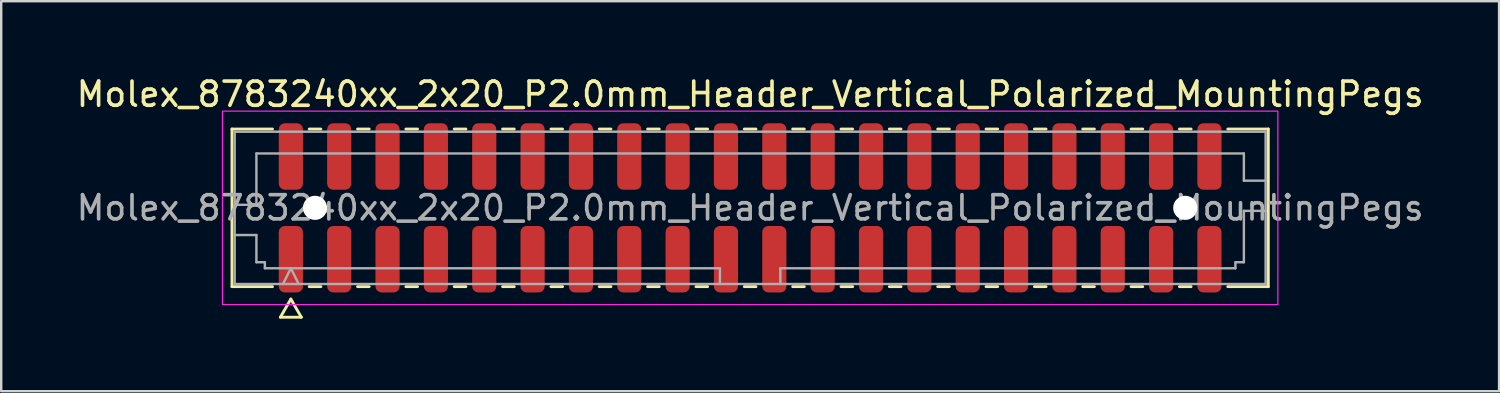
<source format=kicad_pcb>
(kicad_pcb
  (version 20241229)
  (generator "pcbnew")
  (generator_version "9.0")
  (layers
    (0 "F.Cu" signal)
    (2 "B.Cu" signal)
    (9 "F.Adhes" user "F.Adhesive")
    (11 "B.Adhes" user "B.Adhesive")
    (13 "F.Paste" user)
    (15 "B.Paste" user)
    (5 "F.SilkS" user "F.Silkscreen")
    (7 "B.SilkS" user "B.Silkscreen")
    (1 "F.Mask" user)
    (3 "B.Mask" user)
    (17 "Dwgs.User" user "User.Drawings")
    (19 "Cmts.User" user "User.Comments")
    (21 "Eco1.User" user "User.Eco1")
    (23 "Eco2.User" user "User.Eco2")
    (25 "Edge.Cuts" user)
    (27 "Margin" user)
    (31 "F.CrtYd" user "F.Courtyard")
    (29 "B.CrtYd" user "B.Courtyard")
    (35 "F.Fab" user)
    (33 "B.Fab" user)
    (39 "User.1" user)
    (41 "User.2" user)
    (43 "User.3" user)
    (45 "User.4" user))
  (footprint "Molex_8783240xx_2x20_P2.0mm_Header_Vertical_Polarized_MountingPegs"
    (layer "F.Cu")
    (at 27.982 5.548)
    (property "Reference" "Molex_8783240xx_2x20_P2.0mm_Header_Vertical_Polarized_MountingPegs" (at 0 -4.7 0) (layer "F.SilkS") (effects (font (size 1 1) (thickness 0.15))))
    (attr smd)
    (fp_line (start -21.435 -3.26) (end -19.76 -3.26) (stroke (width 0.12) (type solid)) (layer "F.SilkS"))
    (fp_line (start -21.435 3.26) (end -21.435 -3.26) (stroke (width 0.12) (type solid)) (layer "F.SilkS"))
    (fp_line (start -19.76 3.26) (end -21.435 3.26) (stroke (width 0.12) (type solid)) (layer "F.SilkS"))
    (fp_line (start -19.433 4.525) (end -19 3.775) (stroke (width 0.12) (type solid)) (layer "F.SilkS"))
    (fp_line (start -19 3.775) (end -18.567 4.525) (stroke (width 0.12) (type solid)) (layer "F.SilkS"))
    (fp_line (start -18.567 4.525) (end -19.433 4.525) (stroke (width 0.12) (type solid)) (layer "F.SilkS"))
    (fp_line (start -18.24 -3.26) (end -17.76 -3.26) (stroke (width 0.12) (type solid)) (layer "F.SilkS"))
    (fp_line (start -17.76 3.26) (end -18.24 3.26) (stroke (width 0.12) (type solid)) (layer "F.SilkS"))
    (fp_line (start -16.24 -3.26) (end -15.76 -3.26) (stroke (width 0.12) (type solid)) (layer "F.SilkS"))
    (fp_line (start -15.76 3.26) (end -16.24 3.26) (stroke (width 0.12) (type solid)) (layer "F.SilkS"))
    (fp_line (start -14.24 -3.26) (end -13.76 -3.26) (stroke (width 0.12) (type solid)) (layer "F.SilkS"))
    (fp_line (start -13.76 3.26) (end -14.24 3.26) (stroke (width 0.12) (type solid)) (layer "F.SilkS"))
    (fp_line (start -12.24 -3.26) (end -11.76 -3.26) (stroke (width 0.12) (type solid)) (layer "F.SilkS"))
    (fp_line (start -11.76 3.26) (end -12.24 3.26) (stroke (width 0.12) (type solid)) (layer "F.SilkS"))
    (fp_line (start -10.24 -3.26) (end -9.76 -3.26) (stroke (width 0.12) (type solid)) (layer "F.SilkS"))
    (fp_line (start -9.76 3.26) (end -10.24 3.26) (stroke (width 0.12) (type solid)) (layer "F.SilkS"))
    (fp_line (start -8.24 -3.26) (end -7.76 -3.26) (stroke (width 0.12) (type solid)) (layer "F.SilkS"))
    (fp_line (start -7.76 3.26) (end -8.24 3.26) (stroke (width 0.12) (type solid)) (layer "F.SilkS"))
    (fp_line (start -6.24 -3.26) (end -5.76 -3.26) (stroke (width 0.12) (type solid)) (layer "F.SilkS"))
    (fp_line (start -5.76 3.26) (end -6.24 3.26) (stroke (width 0.12) (type solid)) (layer "F.SilkS"))
    (fp_line (start -4.24 -3.26) (end -3.76 -3.26) (stroke (width 0.12) (type solid)) (layer "F.SilkS"))
    (fp_line (start -3.76 3.26) (end -4.24 3.26) (stroke (width 0.12) (type solid)) (layer "F.SilkS"))
    (fp_line (start -2.24 -3.26) (end -1.76 -3.26) (stroke (width 0.12) (type solid)) (layer "F.SilkS"))
    (fp_line (start -1.76 3.26) (end -2.24 3.26) (stroke (width 0.12) (type solid)) (layer "F.SilkS"))
    (fp_line (start -0.24 -3.26) (end 0.24 -3.26) (stroke (width 0.12) (type solid)) (layer "F.SilkS"))
    (fp_line (start 0.24 3.26) (end -0.24 3.26) (stroke (width 0.12) (type solid)) (layer "F.SilkS"))
    (fp_line (start 1.76 -3.26) (end 2.24 -3.26) (stroke (width 0.12) (type solid)) (layer "F.SilkS"))
    (fp_line (start 2.24 3.26) (end 1.76 3.26) (stroke (width 0.12) (type solid)) (layer "F.SilkS"))
    (fp_line (start 3.76 -3.26) (end 4.24 -3.26) (stroke (width 0.12) (type solid)) (layer "F.SilkS"))
    (fp_line (start 4.24 3.26) (end 3.76 3.26) (stroke (width 0.12) (type solid)) (layer "F.SilkS"))
    (fp_line (start 5.76 -3.26) (end 6.24 -3.26) (stroke (width 0.12) (type solid)) (layer "F.SilkS"))
    (fp_line (start 6.24 3.26) (end 5.76 3.26) (stroke (width 0.12) (type solid)) (layer "F.SilkS"))
    (fp_line (start 7.76 -3.26) (end 8.24 -3.26) (stroke (width 0.12) (type solid)) (layer "F.SilkS"))
    (fp_line (start 8.24 3.26) (end 7.76 3.26) (stroke (width 0.12) (type solid)) (layer "F.SilkS"))
    (fp_line (start 9.76 -3.26) (end 10.24 -3.26) (stroke (width 0.12) (type solid)) (layer "F.SilkS"))
    (fp_line (start 10.24 3.26) (end 9.76 3.26) (stroke (width 0.12) (type solid)) (layer "F.SilkS"))
    (fp_line (start 11.76 -3.26) (end 12.24 -3.26) (stroke (width 0.12) (type solid)) (layer "F.SilkS"))
    (fp_line (start 12.24 3.26) (end 11.76 3.26) (stroke (width 0.12) (type solid)) (layer "F.SilkS"))
    (fp_line (start 13.76 -3.26) (end 14.24 -3.26) (stroke (width 0.12) (type solid)) (layer "F.SilkS"))
    (fp_line (start 14.24 3.26) (end 13.76 3.26) (stroke (width 0.12) (type solid)) (layer "F.SilkS"))
    (fp_line (start 15.76 -3.26) (end 16.24 -3.26) (stroke (width 0.12) (type solid)) (layer "F.SilkS"))
    (fp_line (start 16.24 3.26) (end 15.76 3.26) (stroke (width 0.12) (type solid)) (layer "F.SilkS"))
    (fp_line (start 17.76 -3.26) (end 18.24 -3.26) (stroke (width 0.12) (type solid)) (layer "F.SilkS"))
    (fp_line (start 18.24 3.26) (end 17.76 3.26) (stroke (width 0.12) (type solid)) (layer "F.SilkS"))
    (fp_line (start 19.76 -3.26) (end 21.435 -3.26) (stroke (width 0.12) (type solid)) (layer "F.SilkS"))
    (fp_line (start 21.435 -3.26) (end 21.435 3.26) (stroke (width 0.12) (type solid)) (layer "F.SilkS"))
    (fp_line (start 21.435 3.26) (end 19.76 3.26) (stroke (width 0.12) (type solid)) (layer "F.SilkS"))
    (fp_rect (start -21.83 -4) (end 21.83 4) (stroke (width 0.05) (type solid)) (fill no) (layer "F.CrtYd"))
    (fp_line (start -21.325 -3.15) (end 21.325 -3.15) (stroke (width 0.1) (type solid)) (layer "F.Fab"))
    (fp_line (start -21.325 -0.125) (end -20.425 -0.125) (stroke (width 0.1) (type solid)) (layer "F.Fab"))
    (fp_line (start -21.325 1.125) (end -20.425 1.125) (stroke (width 0.1) (type solid)) (layer "F.Fab"))
    (fp_line (start -21.325 3.15) (end -21.325 -3.15) (stroke (width 0.1) (type solid)) (layer "F.Fab"))
    (fp_line (start -20.425 -2.25) (end 20.425 -2.25) (stroke (width 0.1) (type solid)) (layer "F.Fab"))
    (fp_line (start -20.425 -0.125) (end -20.425 -2.25) (stroke (width 0.1) (type solid)) (layer "F.Fab"))
    (fp_line (start -20.425 1.125) (end -20.425 2.25) (stroke (width 0.1) (type solid)) (layer "F.Fab"))
    (fp_line (start -20.425 2.25) (end -20.075 2.25) (stroke (width 0.1) (type solid)) (layer "F.Fab"))
    (fp_line (start -20.075 2.25) (end -20.075 2.5) (stroke (width 0.1) (type solid)) (layer "F.Fab"))
    (fp_line (start -20.075 2.5) (end -1.25 2.5) (stroke (width 0.1) (type solid)) (layer "F.Fab"))
    (fp_line (start -19.325 3.15) (end -19 2.5) (stroke (width 0.1) (type solid)) (layer "F.Fab"))
    (fp_line (start -19 2.5) (end -18.675 3.15) (stroke (width 0.1) (type solid)) (layer "F.Fab"))
    (fp_line (start -1.25 2.5) (end -1.25 3.15) (stroke (width 0.1) (type solid)) (layer "F.Fab"))
    (fp_line (start 1.25 2.5) (end 1.25 3.15) (stroke (width 0.1) (type solid)) (layer "F.Fab"))
    (fp_line (start 1.25 2.5) (end 20.075 2.5) (stroke (width 0.1) (type solid)) (layer "F.Fab"))
    (fp_line (start 20.075 2.25) (end 20.425 2.25) (stroke (width 0.1) (type solid)) (layer "F.Fab"))
    (fp_line (start 20.075 2.5) (end 20.075 2.25) (stroke (width 0.1) (type solid)) (layer "F.Fab"))
    (fp_line (start 20.425 -2.25) (end 20.425 -1.125) (stroke (width 0.1) (type solid)) (layer "F.Fab"))
    (fp_line (start 20.425 -1.125) (end 21.325 -1.125) (stroke (width 0.1) (type solid)) (layer "F.Fab"))
    (fp_line (start 20.425 0.125) (end 21.325 0.125) (stroke (width 0.1) (type solid)) (layer "F.Fab"))
    (fp_line (start 20.425 2.25) (end 20.425 0.125) (stroke (width 0.1) (type solid)) (layer "F.Fab"))
    (fp_line (start 21.325 -3.15) (end 21.325 3.15) (stroke (width 0.1) (type solid)) (layer "F.Fab"))
    (fp_line (start 21.325 3.15) (end -21.325 3.15) (stroke (width 0.1) (type solid)) (layer "F.Fab"))
    (fp_text user "${REFERENCE}" (at 0 0 0) (layer "F.Fab") (effects (font (size 1 1) (thickness 0.15))))
    (pad "" np_thru_hole circle (at -18 0) (size 1 1) (drill 1) (layers "*.Cu" "*.Mask"))
    (pad "" np_thru_hole circle (at 18 0) (size 1 1) (drill 1) (layers "*.Cu" "*.Mask"))
    (pad "1" smd roundrect (at -19 2.125) (size 1 2.75) (layers "F.Cu" "F.Mask" "F.Paste") (roundrect_rratio 0.25))
    (pad "2" smd roundrect (at -19 -2.125) (size 1 2.75) (layers "F.Cu" "F.Mask" "F.Paste") (roundrect_rratio 0.25))
    (pad "3" smd roundrect (at -17 2.125) (size 1 2.75) (layers "F.Cu" "F.Mask" "F.Paste") (roundrect_rratio 0.25))
    (pad "4" smd roundrect (at -17 -2.125) (size 1 2.75) (layers "F.Cu" "F.Mask" "F.Paste") (roundrect_rratio 0.25))
    (pad "5" smd roundrect (at -15 2.125) (size 1 2.75) (layers "F.Cu" "F.Mask" "F.Paste") (roundrect_rratio 0.25))
    (pad "6" smd roundrect (at -15 -2.125) (size 1 2.75) (layers "F.Cu" "F.Mask" "F.Paste") (roundrect_rratio 0.25))
    (pad "7" smd roundrect (at -13 2.125) (size 1 2.75) (layers "F.Cu" "F.Mask" "F.Paste") (roundrect_rratio 0.25))
    (pad "8" smd roundrect (at -13 -2.125) (size 1 2.75) (layers "F.Cu" "F.Mask" "F.Paste") (roundrect_rratio 0.25))
    (pad "9" smd roundrect (at -11 2.125) (size 1 2.75) (layers "F.Cu" "F.Mask" "F.Paste") (roundrect_rratio 0.25))
    (pad "10" smd roundrect (at -11 -2.125) (size 1 2.75) (layers "F.Cu" "F.Mask" "F.Paste") (roundrect_rratio 0.25))
    (pad "11" smd roundrect (at -9 2.125) (size 1 2.75) (layers "F.Cu" "F.Mask" "F.Paste") (roundrect_rratio 0.25))
    (pad "12" smd roundrect (at -9 -2.125) (size 1 2.75) (layers "F.Cu" "F.Mask" "F.Paste") (roundrect_rratio 0.25))
    (pad "13" smd roundrect (at -7 2.125) (size 1 2.75) (layers "F.Cu" "F.Mask" "F.Paste") (roundrect_rratio 0.25))
    (pad "14" smd roundrect (at -7 -2.125) (size 1 2.75) (layers "F.Cu" "F.Mask" "F.Paste") (roundrect_rratio 0.25))
    (pad "15" smd roundrect (at -5 2.125) (size 1 2.75) (layers "F.Cu" "F.Mask" "F.Paste") (roundrect_rratio 0.25))
    (pad "16" smd roundrect (at -5 -2.125) (size 1 2.75) (layers "F.Cu" "F.Mask" "F.Paste") (roundrect_rratio 0.25))
    (pad "17" smd roundrect (at -3 2.125) (size 1 2.75) (layers "F.Cu" "F.Mask" "F.Paste") (roundrect_rratio 0.25))
    (pad "18" smd roundrect (at -3 -2.125) (size 1 2.75) (layers "F.Cu" "F.Mask" "F.Paste") (roundrect_rratio 0.25))
    (pad "19" smd roundrect (at -1 2.125) (size 1 2.75) (layers "F.Cu" "F.Mask" "F.Paste") (roundrect_rratio 0.25))
    (pad "20" smd roundrect (at -1 -2.125) (size 1 2.75) (layers "F.Cu" "F.Mask" "F.Paste") (roundrect_rratio 0.25))
    (pad "21" smd roundrect (at 1 2.125) (size 1 2.75) (layers "F.Cu" "F.Mask" "F.Paste") (roundrect_rratio 0.25))
    (pad "22" smd roundrect (at 1 -2.125) (size 1 2.75) (layers "F.Cu" "F.Mask" "F.Paste") (roundrect_rratio 0.25))
    (pad "23" smd roundrect (at 3 2.125) (size 1 2.75) (layers "F.Cu" "F.Mask" "F.Paste") (roundrect_rratio 0.25))
    (pad "24" smd roundrect (at 3 -2.125) (size 1 2.75) (layers "F.Cu" "F.Mask" "F.Paste") (roundrect_rratio 0.25))
    (pad "25" smd roundrect (at 5 2.125) (size 1 2.75) (layers "F.Cu" "F.Mask" "F.Paste") (roundrect_rratio 0.25))
    (pad "26" smd roundrect (at 5 -2.125) (size 1 2.75) (layers "F.Cu" "F.Mask" "F.Paste") (roundrect_rratio 0.25))
    (pad "27" smd roundrect (at 7 2.125) (size 1 2.75) (layers "F.Cu" "F.Mask" "F.Paste") (roundrect_rratio 0.25))
    (pad "28" smd roundrect (at 7 -2.125) (size 1 2.75) (layers "F.Cu" "F.Mask" "F.Paste") (roundrect_rratio 0.25))
    (pad "29" smd roundrect (at 9 2.125) (size 1 2.75) (layers "F.Cu" "F.Mask" "F.Paste") (roundrect_rratio 0.25))
    (pad "30" smd roundrect (at 9 -2.125) (size 1 2.75) (layers "F.Cu" "F.Mask" "F.Paste") (roundrect_rratio 0.25))
    (pad "31" smd roundrect (at 11 2.125) (size 1 2.75) (layers "F.Cu" "F.Mask" "F.Paste") (roundrect_rratio 0.25))
    (pad "32" smd roundrect (at 11 -2.125) (size 1 2.75) (layers "F.Cu" "F.Mask" "F.Paste") (roundrect_rratio 0.25))
    (pad "33" smd roundrect (at 13 2.125) (size 1 2.75) (layers "F.Cu" "F.Mask" "F.Paste") (roundrect_rratio 0.25))
    (pad "34" smd roundrect (at 13 -2.125) (size 1 2.75) (layers "F.Cu" "F.Mask" "F.Paste") (roundrect_rratio 0.25))
    (pad "35" smd roundrect (at 15 2.125) (size 1 2.75) (layers "F.Cu" "F.Mask" "F.Paste") (roundrect_rratio 0.25))
    (pad "36" smd roundrect (at 15 -2.125) (size 1 2.75) (layers "F.Cu" "F.Mask" "F.Paste") (roundrect_rratio 0.25))
    (pad "37" smd roundrect (at 17 2.125) (size 1 2.75) (layers "F.Cu" "F.Mask" "F.Paste") (roundrect_rratio 0.25))
    (pad "38" smd roundrect (at 17 -2.125) (size 1 2.75) (layers "F.Cu" "F.Mask" "F.Paste") (roundrect_rratio 0.25))
    (pad "39" smd roundrect (at 19 2.125) (size 1 2.75) (layers "F.Cu" "F.Mask" "F.Paste") (roundrect_rratio 0.25))
    (pad "40" smd roundrect (at 19 -2.125) (size 1 2.75) (layers "F.Cu" "F.Mask" "F.Paste") (roundrect_rratio 0.25)))
  (gr_rect
    (start -3 -3)
    (end 58.964 13.133)
    (stroke (width 0.1) (type default))
    (fill no)
    (layer "Edge.Cuts")))
</source>
